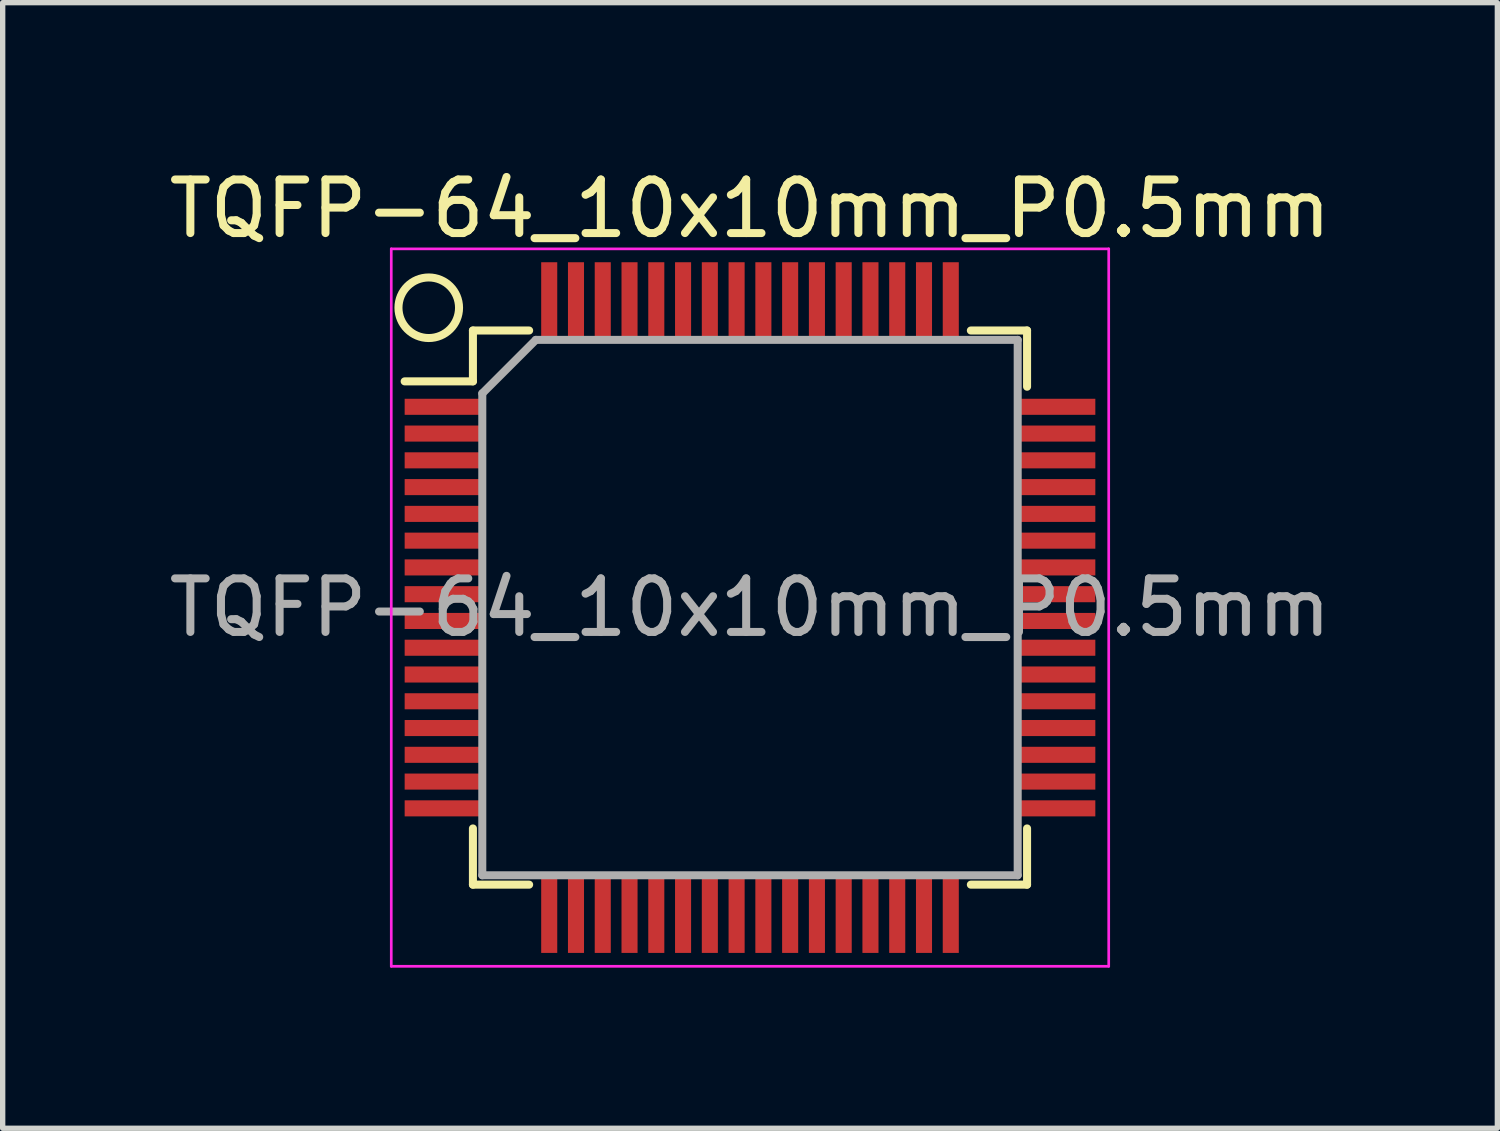
<source format=kicad_pcb>
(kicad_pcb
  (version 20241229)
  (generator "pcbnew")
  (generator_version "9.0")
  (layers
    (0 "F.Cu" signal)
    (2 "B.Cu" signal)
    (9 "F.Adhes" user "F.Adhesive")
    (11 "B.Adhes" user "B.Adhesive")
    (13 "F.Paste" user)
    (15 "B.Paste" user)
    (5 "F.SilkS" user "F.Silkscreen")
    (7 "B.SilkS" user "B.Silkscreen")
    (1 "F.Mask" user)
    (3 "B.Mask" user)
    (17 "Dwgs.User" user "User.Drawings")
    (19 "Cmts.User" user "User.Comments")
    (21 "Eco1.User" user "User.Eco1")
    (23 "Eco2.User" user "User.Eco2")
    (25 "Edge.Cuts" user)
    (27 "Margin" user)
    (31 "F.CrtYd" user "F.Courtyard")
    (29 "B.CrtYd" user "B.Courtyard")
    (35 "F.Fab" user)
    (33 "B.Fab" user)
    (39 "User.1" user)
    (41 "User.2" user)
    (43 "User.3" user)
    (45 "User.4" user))
  (footprint "TQFP-64_10x10mm_P0.5mm"
    (layer "F.Cu")
    (at 10.958 8.298)
    (property "Reference" "TQFP-64_10x10mm_P0.5mm" (at 0 -7.45 0) (layer "F.SilkS") (effects (font (size 1 1) (thickness 0.15))))
    (attr smd)
    (fp_line (start -5.175 -5.175) (end -5.175 -4.225) (stroke (width 0.15) (type solid)) (layer "F.SilkS"))
    (fp_line (start -5.175 -5.175) (end -4.125 -5.175) (stroke (width 0.15) (type solid)) (layer "F.SilkS"))
    (fp_line (start -5.175 -4.225) (end -6.45 -4.225) (stroke (width 0.15) (type solid)) (layer "F.SilkS"))
    (fp_line (start -5.175 5.175) (end -5.175 4.125) (stroke (width 0.15) (type solid)) (layer "F.SilkS"))
    (fp_line (start -5.175 5.175) (end -4.125 5.175) (stroke (width 0.15) (type solid)) (layer "F.SilkS"))
    (fp_line (start 5.175 -5.175) (end 4.125 -5.175) (stroke (width 0.15) (type solid)) (layer "F.SilkS"))
    (fp_line (start 5.175 -5.175) (end 5.175 -4.125) (stroke (width 0.15) (type solid)) (layer "F.SilkS"))
    (fp_line (start 5.175 5.175) (end 4.125 5.175) (stroke (width 0.15) (type solid)) (layer "F.SilkS"))
    (fp_line (start 5.175 5.175) (end 5.175 4.125) (stroke (width 0.15) (type solid)) (layer "F.SilkS"))
    (fp_circle (center -6 -5.6) (end -5.6 -5.2) (stroke (width 0.15) (type solid)) (fill no) (layer "F.SilkS"))
    (fp_line (start -6.7 -6.7) (end -6.7 6.7) (stroke (width 0.05) (type solid)) (layer "F.CrtYd"))
    (fp_line (start -6.7 -6.7) (end 6.7 -6.7) (stroke (width 0.05) (type solid)) (layer "F.CrtYd"))
    (fp_line (start -6.7 6.7) (end 6.7 6.7) (stroke (width 0.05) (type solid)) (layer "F.CrtYd"))
    (fp_line (start 6.7 -6.7) (end 6.7 6.7) (stroke (width 0.05) (type solid)) (layer "F.CrtYd"))
    (fp_line (start -5 -4) (end -4 -5) (stroke (width 0.15) (type solid)) (layer "F.Fab"))
    (fp_line (start -5 5) (end -5 -4) (stroke (width 0.15) (type solid)) (layer "F.Fab"))
    (fp_line (start -4 -5) (end 5 -5) (stroke (width 0.15) (type solid)) (layer "F.Fab"))
    (fp_line (start 5 -5) (end 5 5) (stroke (width 0.15) (type solid)) (layer "F.Fab"))
    (fp_line (start 5 5) (end -5 5) (stroke (width 0.15) (type solid)) (layer "F.Fab"))
    (fp_text user "${REFERENCE}" (at 0 0 0) (layer "F.Fab") (effects (font (size 1 1) (thickness 0.15))))
    (pad "1" smd rect (at -5.7 -3.75) (size 1.5 0.3) (layers "F.Cu" "F.Mask" "F.Paste"))
    (pad "2" smd rect (at -5.7 -3.25) (size 1.5 0.3) (layers "F.Cu" "F.Mask" "F.Paste"))
    (pad "3" smd rect (at -5.7 -2.75) (size 1.5 0.3) (layers "F.Cu" "F.Mask" "F.Paste"))
    (pad "4" smd rect (at -5.7 -2.25) (size 1.5 0.3) (layers "F.Cu" "F.Mask" "F.Paste"))
    (pad "5" smd rect (at -5.7 -1.75) (size 1.5 0.3) (layers "F.Cu" "F.Mask" "F.Paste"))
    (pad "6" smd rect (at -5.7 -1.25) (size 1.5 0.3) (layers "F.Cu" "F.Mask" "F.Paste"))
    (pad "7" smd rect (at -5.7 -0.75) (size 1.5 0.3) (layers "F.Cu" "F.Mask" "F.Paste"))
    (pad "8" smd rect (at -5.7 -0.25) (size 1.5 0.3) (layers "F.Cu" "F.Mask" "F.Paste"))
    (pad "9" smd rect (at -5.7 0.25) (size 1.5 0.3) (layers "F.Cu" "F.Mask" "F.Paste"))
    (pad "10" smd rect (at -5.7 0.75) (size 1.5 0.3) (layers "F.Cu" "F.Mask" "F.Paste"))
    (pad "11" smd rect (at -5.7 1.25) (size 1.5 0.3) (layers "F.Cu" "F.Mask" "F.Paste"))
    (pad "12" smd rect (at -5.7 1.75) (size 1.5 0.3) (layers "F.Cu" "F.Mask" "F.Paste"))
    (pad "13" smd rect (at -5.7 2.25) (size 1.5 0.3) (layers "F.Cu" "F.Mask" "F.Paste"))
    (pad "14" smd rect (at -5.7 2.75) (size 1.5 0.3) (layers "F.Cu" "F.Mask" "F.Paste"))
    (pad "15" smd rect (at -5.7 3.25) (size 1.5 0.3) (layers "F.Cu" "F.Mask" "F.Paste"))
    (pad "16" smd rect (at -5.7 3.75) (size 1.5 0.3) (layers "F.Cu" "F.Mask" "F.Paste"))
    (pad "17" smd rect (at -3.75 5.7 90) (size 1.5 0.3) (layers "F.Cu" "F.Mask" "F.Paste"))
    (pad "18" smd rect (at -3.25 5.7 90) (size 1.5 0.3) (layers "F.Cu" "F.Mask" "F.Paste"))
    (pad "19" smd rect (at -2.75 5.7 90) (size 1.5 0.3) (layers "F.Cu" "F.Mask" "F.Paste"))
    (pad "20" smd rect (at -2.25 5.7 90) (size 1.5 0.3) (layers "F.Cu" "F.Mask" "F.Paste"))
    (pad "21" smd rect (at -1.75 5.7 90) (size 1.5 0.3) (layers "F.Cu" "F.Mask" "F.Paste"))
    (pad "22" smd rect (at -1.25 5.7 90) (size 1.5 0.3) (layers "F.Cu" "F.Mask" "F.Paste"))
    (pad "23" smd rect (at -0.75 5.7 90) (size 1.5 0.3) (layers "F.Cu" "F.Mask" "F.Paste"))
    (pad "24" smd rect (at -0.25 5.7 90) (size 1.5 0.3) (layers "F.Cu" "F.Mask" "F.Paste"))
    (pad "25" smd rect (at 0.25 5.7 90) (size 1.5 0.3) (layers "F.Cu" "F.Mask" "F.Paste"))
    (pad "26" smd rect (at 0.75 5.7 90) (size 1.5 0.3) (layers "F.Cu" "F.Mask" "F.Paste"))
    (pad "27" smd rect (at 1.25 5.7 90) (size 1.5 0.3) (layers "F.Cu" "F.Mask" "F.Paste"))
    (pad "28" smd rect (at 1.75 5.7 90) (size 1.5 0.3) (layers "F.Cu" "F.Mask" "F.Paste"))
    (pad "29" smd rect (at 2.25 5.7 90) (size 1.5 0.3) (layers "F.Cu" "F.Mask" "F.Paste"))
    (pad "30" smd rect (at 2.75 5.7 90) (size 1.5 0.3) (layers "F.Cu" "F.Mask" "F.Paste"))
    (pad "31" smd rect (at 3.25 5.7 90) (size 1.5 0.3) (layers "F.Cu" "F.Mask" "F.Paste"))
    (pad "32" smd rect (at 3.75 5.7 90) (size 1.5 0.3) (layers "F.Cu" "F.Mask" "F.Paste"))
    (pad "33" smd rect (at 5.7 3.75) (size 1.5 0.3) (layers "F.Cu" "F.Mask" "F.Paste"))
    (pad "34" smd rect (at 5.7 3.25) (size 1.5 0.3) (layers "F.Cu" "F.Mask" "F.Paste"))
    (pad "35" smd rect (at 5.7 2.75) (size 1.5 0.3) (layers "F.Cu" "F.Mask" "F.Paste"))
    (pad "36" smd rect (at 5.7 2.25) (size 1.5 0.3) (layers "F.Cu" "F.Mask" "F.Paste"))
    (pad "37" smd rect (at 5.7 1.75) (size 1.5 0.3) (layers "F.Cu" "F.Mask" "F.Paste"))
    (pad "38" smd rect (at 5.7 1.25) (size 1.5 0.3) (layers "F.Cu" "F.Mask" "F.Paste"))
    (pad "39" smd rect (at 5.7 0.75) (size 1.5 0.3) (layers "F.Cu" "F.Mask" "F.Paste"))
    (pad "40" smd rect (at 5.7 0.25) (size 1.5 0.3) (layers "F.Cu" "F.Mask" "F.Paste"))
    (pad "41" smd rect (at 5.7 -0.25) (size 1.5 0.3) (layers "F.Cu" "F.Mask" "F.Paste"))
    (pad "42" smd rect (at 5.7 -0.75) (size 1.5 0.3) (layers "F.Cu" "F.Mask" "F.Paste"))
    (pad "43" smd rect (at 5.7 -1.25) (size 1.5 0.3) (layers "F.Cu" "F.Mask" "F.Paste"))
    (pad "44" smd rect (at 5.7 -1.75) (size 1.5 0.3) (layers "F.Cu" "F.Mask" "F.Paste"))
    (pad "45" smd rect (at 5.7 -2.25) (size 1.5 0.3) (layers "F.Cu" "F.Mask" "F.Paste"))
    (pad "46" smd rect (at 5.7 -2.75) (size 1.5 0.3) (layers "F.Cu" "F.Mask" "F.Paste"))
    (pad "47" smd rect (at 5.7 -3.25) (size 1.5 0.3) (layers "F.Cu" "F.Mask" "F.Paste"))
    (pad "48" smd rect (at 5.7 -3.75) (size 1.5 0.3) (layers "F.Cu" "F.Mask" "F.Paste"))
    (pad "49" smd rect (at 3.75 -5.7 90) (size 1.5 0.3) (layers "F.Cu" "F.Mask" "F.Paste"))
    (pad "50" smd rect (at 3.25 -5.7 90) (size 1.5 0.3) (layers "F.Cu" "F.Mask" "F.Paste"))
    (pad "51" smd rect (at 2.75 -5.7 90) (size 1.5 0.3) (layers "F.Cu" "F.Mask" "F.Paste"))
    (pad "52" smd rect (at 2.25 -5.7 90) (size 1.5 0.3) (layers "F.Cu" "F.Mask" "F.Paste"))
    (pad "53" smd rect (at 1.75 -5.7 90) (size 1.5 0.3) (layers "F.Cu" "F.Mask" "F.Paste"))
    (pad "54" smd rect (at 1.25 -5.7 90) (size 1.5 0.3) (layers "F.Cu" "F.Mask" "F.Paste"))
    (pad "55" smd rect (at 0.75 -5.7 90) (size 1.5 0.3) (layers "F.Cu" "F.Mask" "F.Paste"))
    (pad "56" smd rect (at 0.25 -5.7 90) (size 1.5 0.3) (layers "F.Cu" "F.Mask" "F.Paste"))
    (pad "57" smd rect (at -0.25 -5.7 90) (size 1.5 0.3) (layers "F.Cu" "F.Mask" "F.Paste"))
    (pad "58" smd rect (at -0.75 -5.7 90) (size 1.5 0.3) (layers "F.Cu" "F.Mask" "F.Paste"))
    (pad "59" smd rect (at -1.25 -5.7 90) (size 1.5 0.3) (layers "F.Cu" "F.Mask" "F.Paste"))
    (pad "60" smd rect (at -1.75 -5.7 90) (size 1.5 0.3) (layers "F.Cu" "F.Mask" "F.Paste"))
    (pad "61" smd rect (at -2.25 -5.7 90) (size 1.5 0.3) (layers "F.Cu" "F.Mask" "F.Paste"))
    (pad "62" smd rect (at -2.75 -5.7 90) (size 1.5 0.3) (layers "F.Cu" "F.Mask" "F.Paste"))
    (pad "63" smd rect (at -3.25 -5.7 90) (size 1.5 0.3) (layers "F.Cu" "F.Mask" "F.Paste"))
    (pad "64" smd rect (at -3.75 -5.7 90) (size 1.5 0.3) (layers "F.Cu" "F.Mask" "F.Paste")))
  (gr_rect
    (start -3 -3)
    (end 24.917 18.023)
    (stroke (width 0.1) (type default))
    (fill no)
    (layer "Edge.Cuts")))
</source>
